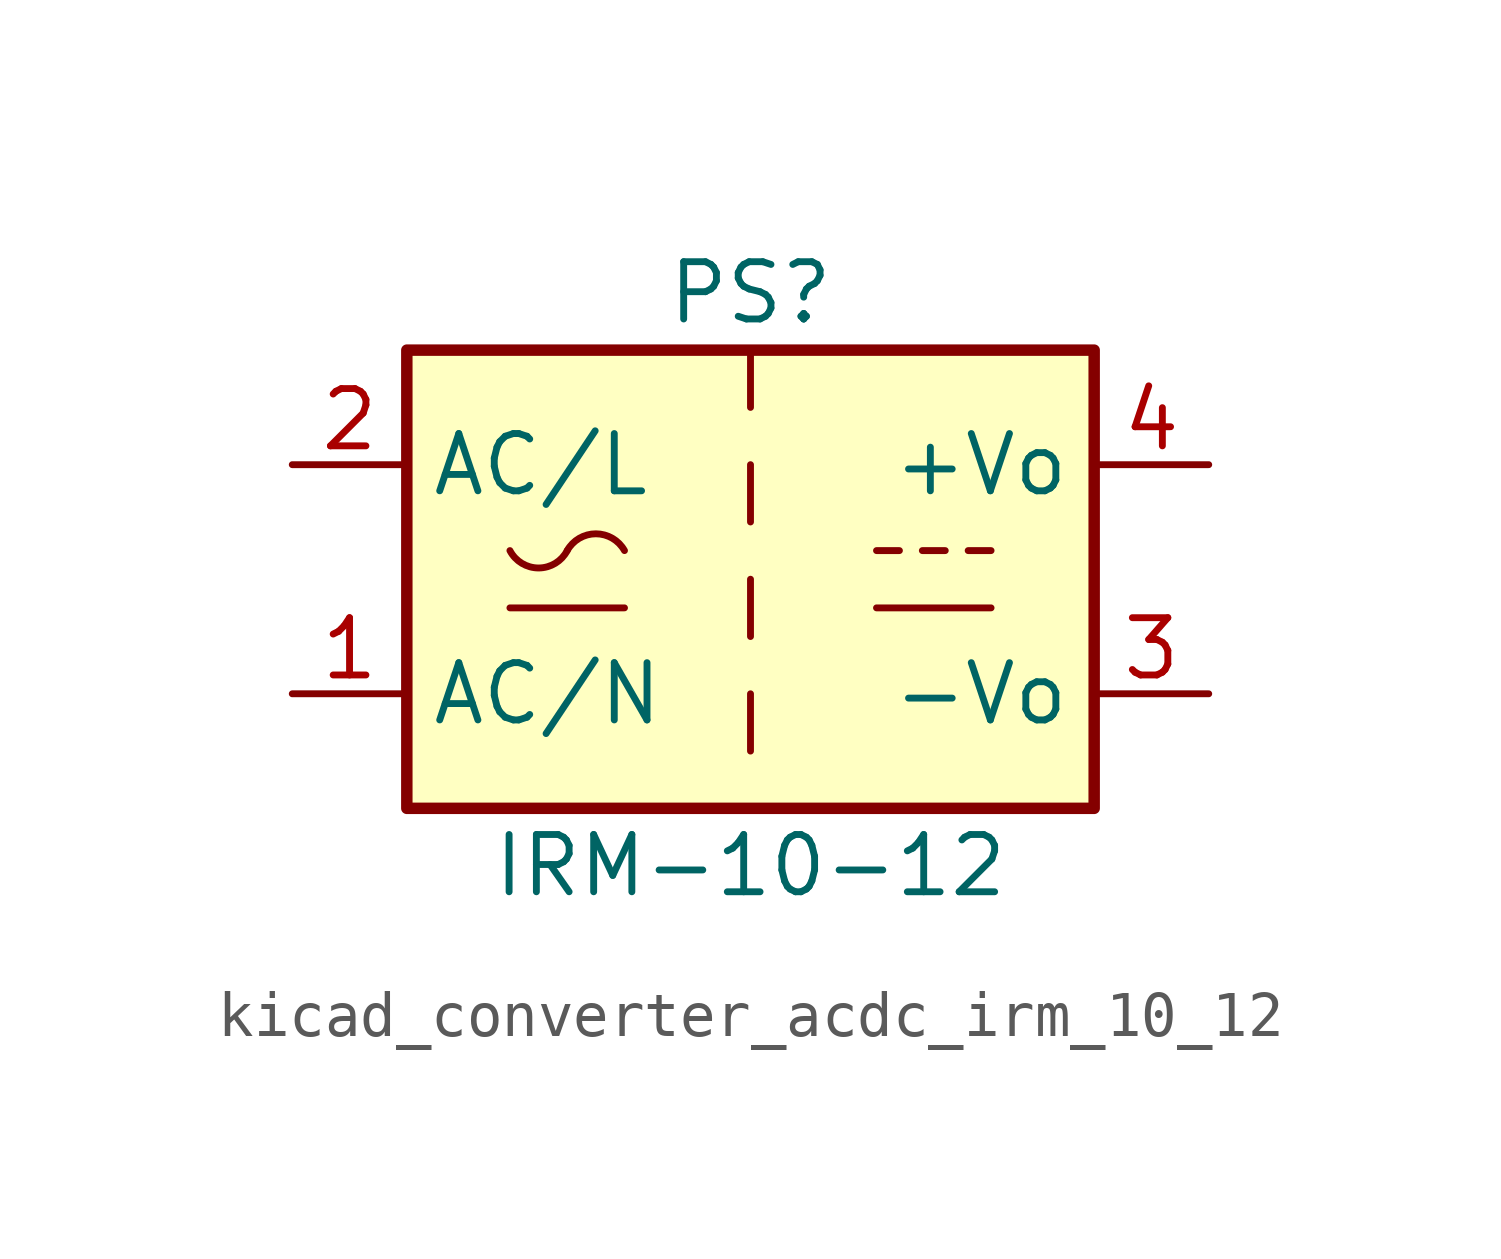
<source format=kicad_sym>
(kicad_symbol_lib
  (version 20220914)
  (generator kicad_symbol_editor)
  (symbol "kicad_converter_acdc_irm_10_12"
    (property "Reference" "PS"
      (at 0 6.35 0)
      (effects (font (size 1.27 1.27))))
    (property "Value" "IRM-10-12"
      (at 0 -6.35 0)
      (effects (font (size 1.27 1.27))))
    (symbol "kicad_converter_acdc_irm_10_12_0_1"
      (rectangle (start -7.62 5.08) (end 7.62 -5.08) (stroke (width 0.254) (type default)) (fill (type background)))
      (arc (start -5.334 0.635) (mid -4.699 0.2495) (end -4.064 0.635) (stroke (width 0) (type default)) (fill (type none)))
      (arc (start -2.794 0.635) (mid -3.429 1.0072) (end -4.064 0.635) (stroke (width 0) (type default)) (fill (type none)))
      (polyline (pts (xy -5.334 -0.635) (xy -2.794 -0.635)) (stroke (width 0) (type default)) (fill (type none)))
      (polyline (pts (xy 0 -2.54) (xy 0 -3.81)) (stroke (width 0) (type default)) (fill (type none)))
      (polyline (pts (xy 0 0) (xy 0 -1.27)) (stroke (width 0) (type default)) (fill (type none)))
      (polyline (pts (xy 0 2.54) (xy 0 1.27)) (stroke (width 0) (type default)) (fill (type none)))
      (polyline (pts (xy 0 5.08) (xy 0 3.81)) (stroke (width 0) (type default)) (fill (type none)))
      (polyline (pts (xy 2.794 -0.635) (xy 5.334 -0.635)) (stroke (width 0) (type default)) (fill (type none)))
      (polyline (pts (xy 2.794 0.635) (xy 3.302 0.635)) (stroke (width 0) (type default)) (fill (type none)))
      (polyline (pts (xy 3.81 0.635) (xy 4.318 0.635)) (stroke (width 0) (type default)) (fill (type none)))
      (polyline (pts (xy 4.826 0.635) (xy 5.334 0.635)) (stroke (width 0) (type default)) (fill (type none))))
    (symbol "kicad_converter_acdc_irm_10_12_1_1"
      (pin power_in line (at -10.16 -2.54 0) (length 2.54) (name "AC/N" (effects (font (size 1.27 1.27)))) (number "1" (effects (font (size 1.27 1.27)))))
      (pin power_in line (at -10.16 2.54 0) (length 2.54) (name "AC/L" (effects (font (size 1.27 1.27)))) (number "2" (effects (font (size 1.27 1.27)))))
      (pin power_out line (at 10.16 -2.54 180) (length 2.54) (name "-Vo" (effects (font (size 1.27 1.27)))) (number "3" (effects (font (size 1.27 1.27)))))
      (pin power_out line (at 10.16 2.54 180) (length 2.54) (name "+Vo" (effects (font (size 1.27 1.27)))) (number "4" (effects (font (size 1.27 1.27))))))))
</source>
